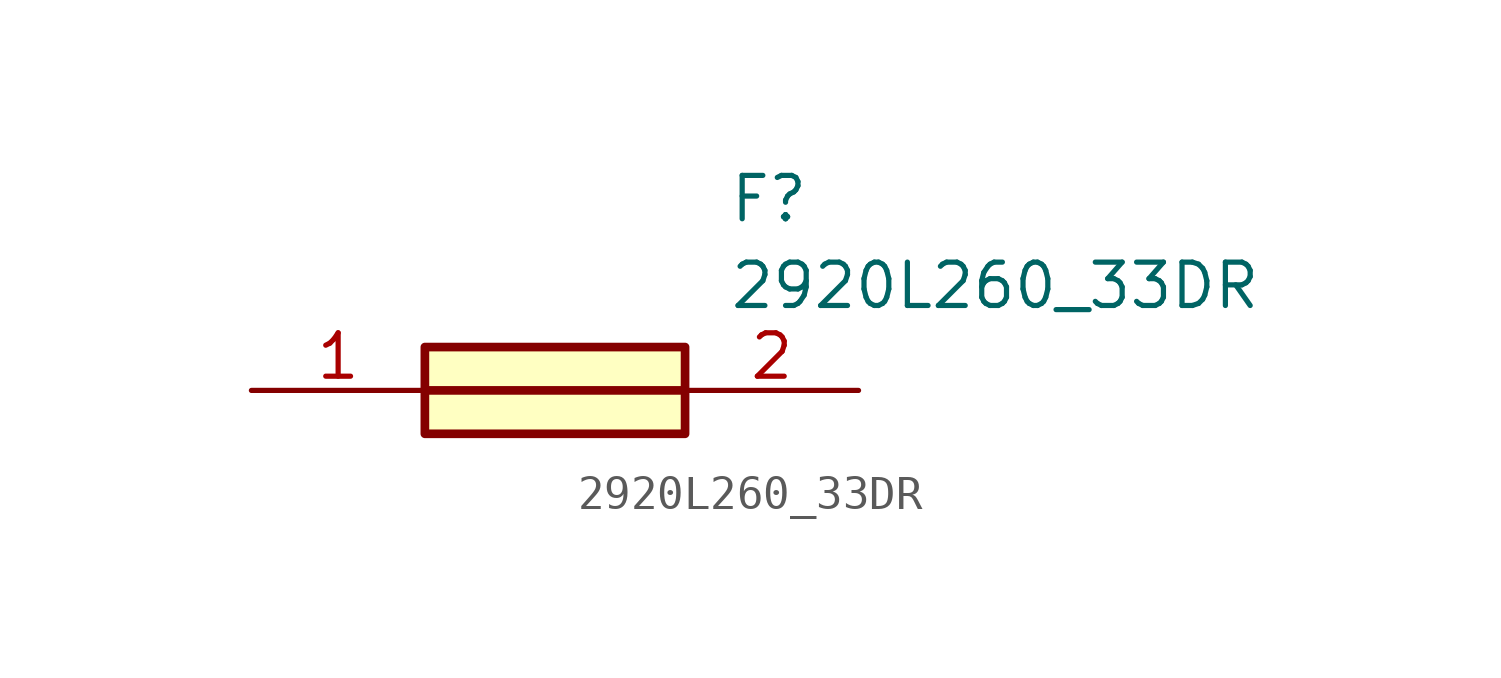
<source format=kicad_sym>
(kicad_symbol_lib
  (version 20211014)
  (generator SamacSys_ECAD_Model)
  (symbol "2920L260_33DR"
    (pin_names hide)
    (property "Reference" "F"
      (at 13.97 6.35 0)
      (effects (font (size 1.27 1.27)) (justify left top)))
    (property "Value" "2920L260_33DR"
      (at 13.97 3.81 0)
      (effects (font (size 1.27 1.27)) (justify left top)))
    (rectangle
      (start 5.08 1.27)
      (end 12.7 -1.27)
      (stroke (width 0.254) (type default))
      (fill (type background)))
    (polyline
      (pts (xy 5.08 0) (xy 12.7 0))
      (stroke (width 0.254) (type default))
      (fill (type none)))
    (pin passive line
      (at 0 0 0)
      (length 5.08)
      (name "1" (effects (font (size 1.27 1.27))))
      (number "1" (effects (font (size 1.27 1.27)))))
    (pin passive line
      (at 17.78 0 180)
      (length 5.08)
      (name "2" (effects (font (size 1.27 1.27))))
      (number "2" (effects (font (size 1.27 1.27)))))))
</source>
